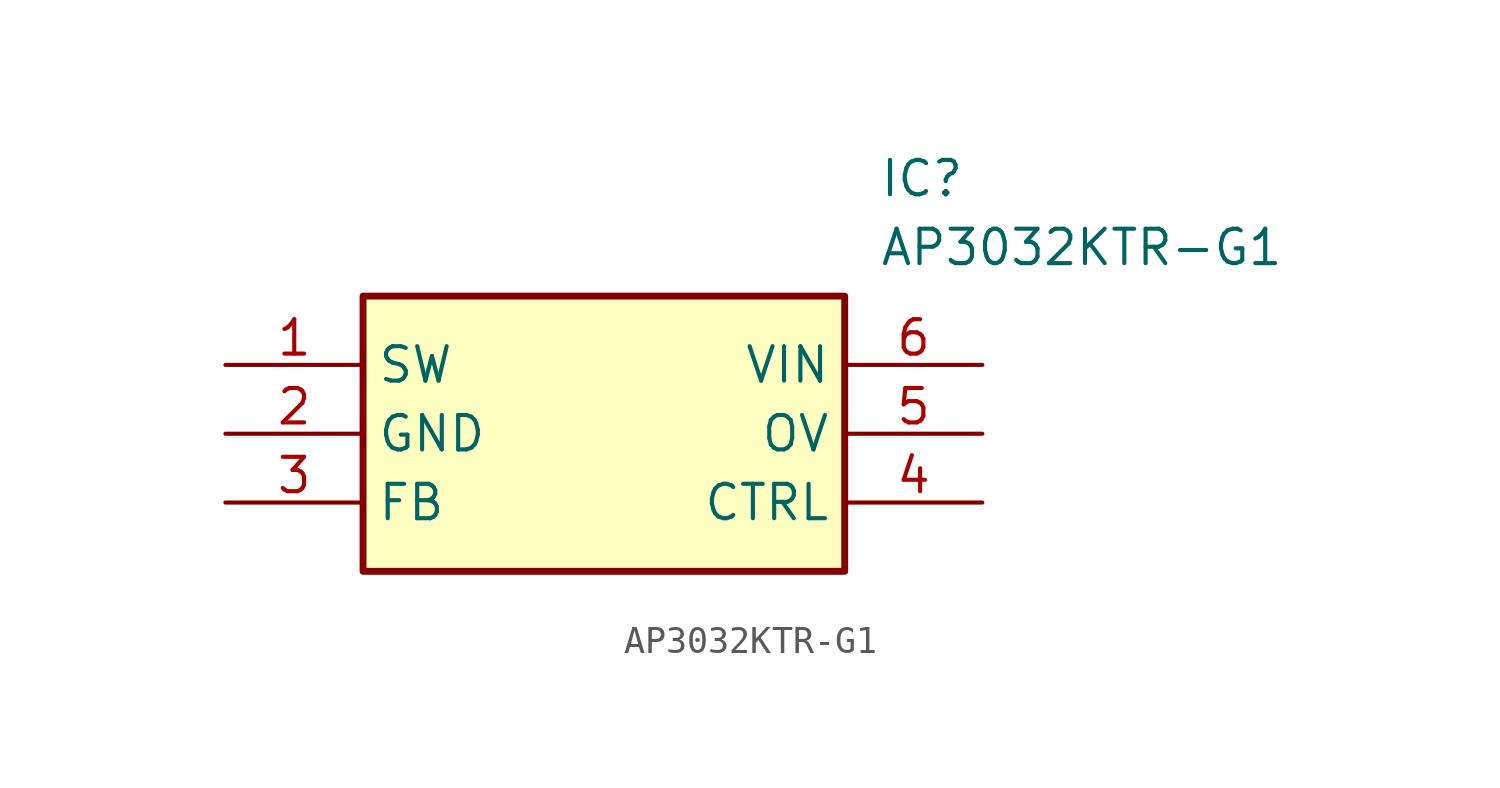
<source format=kicad_sym>
(kicad_symbol_lib
  (version 20211014)
  (generator SamacSys_ECAD_Model)
  (symbol "AP3032KTR-G1"
    (property "Reference" "IC"
      (at 24.13 7.62 0)
      (effects (font (size 1.27 1.27)) (justify left top)))
    (property "Value" "AP3032KTR-G1"
      (at 24.13 5.08 0)
      (effects (font (size 1.27 1.27)) (justify left top)))
    (rectangle
      (start 5.08 2.54)
      (end 22.86 -7.62)
      (stroke (width 0.254) (type default))
      (fill (type background)))
    (pin passive line
      (at 0 0 0)
      (length 5.08)
      (name "SW" (effects (font (size 1.27 1.27))))
      (number "1" (effects (font (size 1.27 1.27)))))
    (pin passive line
      (at 0 -2.54 0)
      (length 5.08)
      (name "GND" (effects (font (size 1.27 1.27))))
      (number "2" (effects (font (size 1.27 1.27)))))
    (pin passive line
      (at 0 -5.08 0)
      (length 5.08)
      (name "FB" (effects (font (size 1.27 1.27))))
      (number "3" (effects (font (size 1.27 1.27)))))
    (pin passive line
      (at 27.94 0 180)
      (length 5.08)
      (name "VIN" (effects (font (size 1.27 1.27))))
      (number "6" (effects (font (size 1.27 1.27)))))
    (pin passive line
      (at 27.94 -2.54 180)
      (length 5.08)
      (name "OV" (effects (font (size 1.27 1.27))))
      (number "5" (effects (font (size 1.27 1.27)))))
    (pin passive line
      (at 27.94 -5.08 180)
      (length 5.08)
      (name "CTRL" (effects (font (size 1.27 1.27))))
      (number "4" (effects (font (size 1.27 1.27)))))))
</source>
